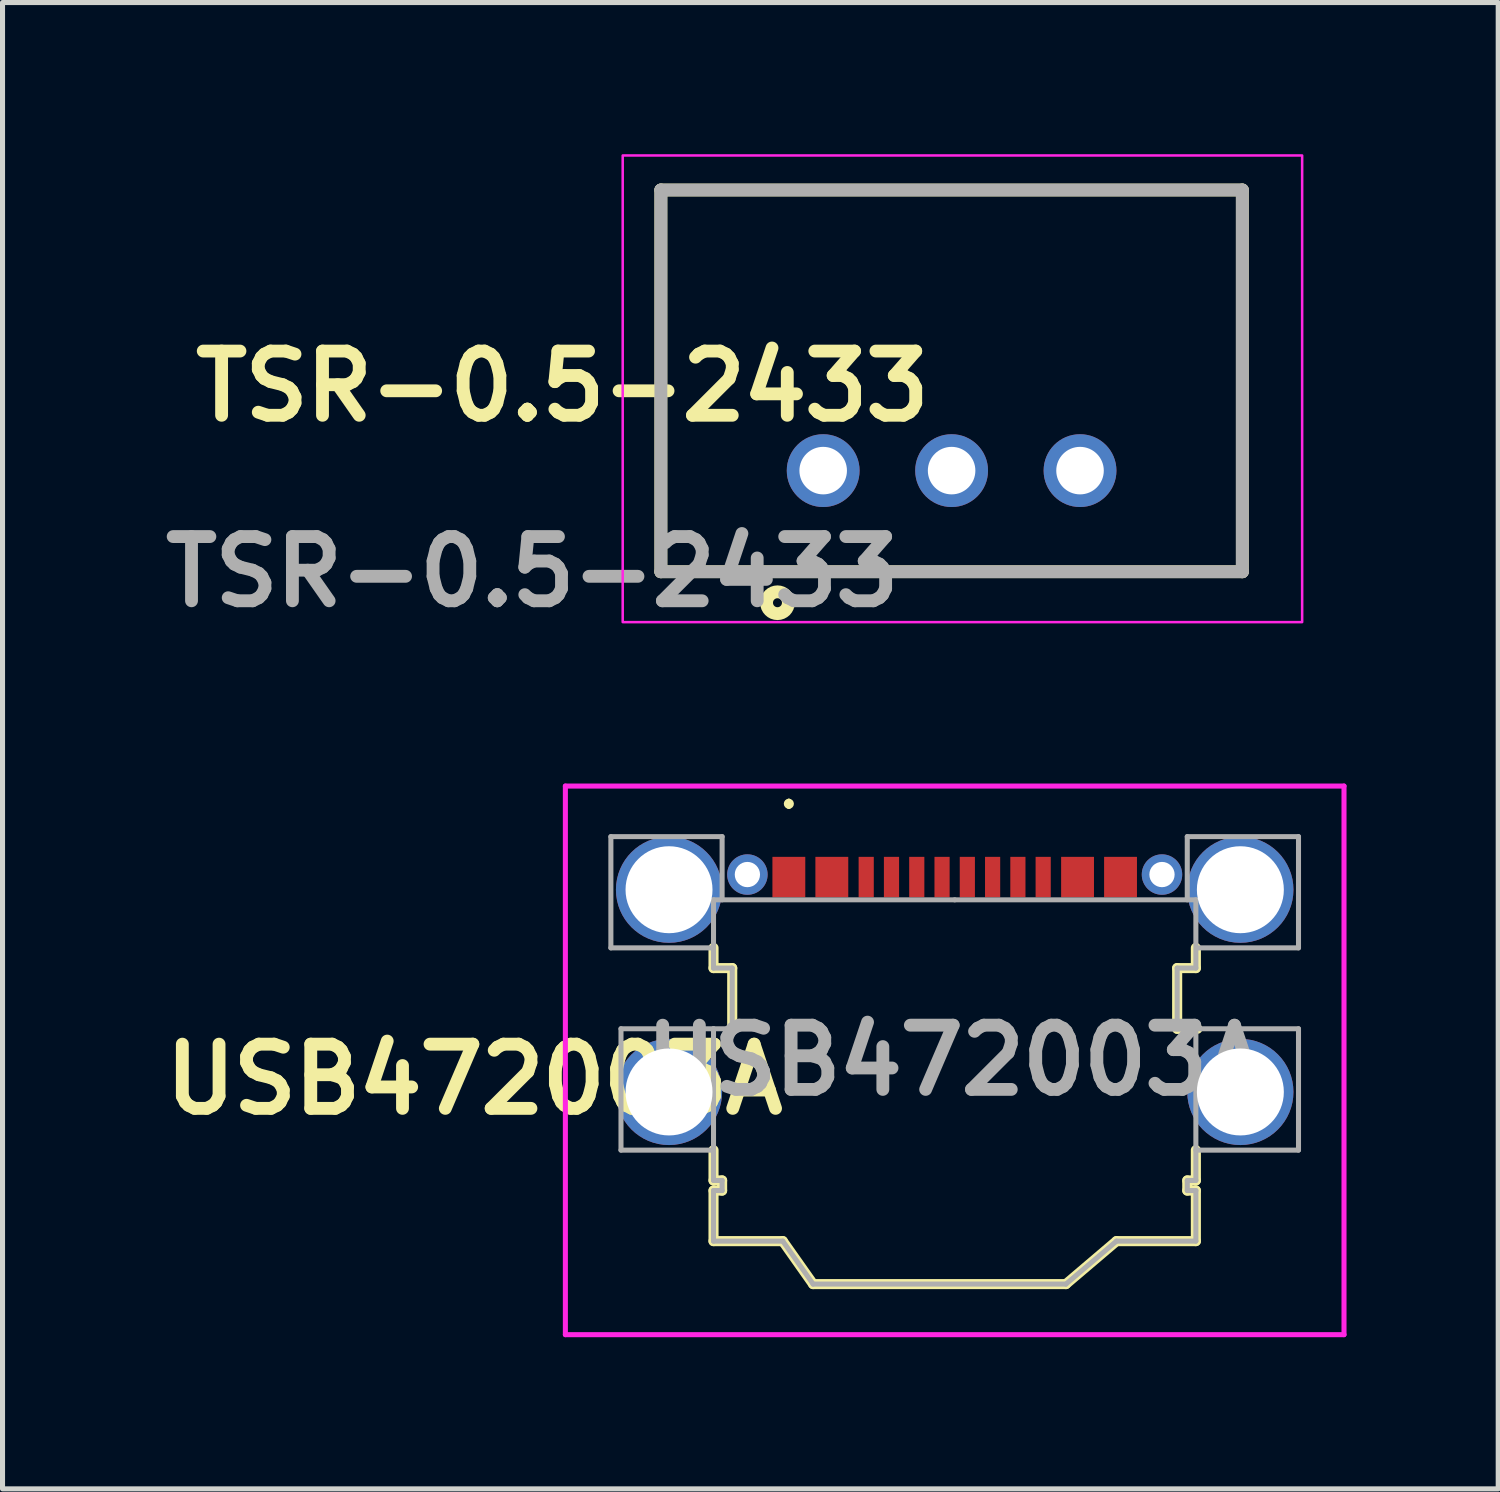
<source format=kicad_pcb>
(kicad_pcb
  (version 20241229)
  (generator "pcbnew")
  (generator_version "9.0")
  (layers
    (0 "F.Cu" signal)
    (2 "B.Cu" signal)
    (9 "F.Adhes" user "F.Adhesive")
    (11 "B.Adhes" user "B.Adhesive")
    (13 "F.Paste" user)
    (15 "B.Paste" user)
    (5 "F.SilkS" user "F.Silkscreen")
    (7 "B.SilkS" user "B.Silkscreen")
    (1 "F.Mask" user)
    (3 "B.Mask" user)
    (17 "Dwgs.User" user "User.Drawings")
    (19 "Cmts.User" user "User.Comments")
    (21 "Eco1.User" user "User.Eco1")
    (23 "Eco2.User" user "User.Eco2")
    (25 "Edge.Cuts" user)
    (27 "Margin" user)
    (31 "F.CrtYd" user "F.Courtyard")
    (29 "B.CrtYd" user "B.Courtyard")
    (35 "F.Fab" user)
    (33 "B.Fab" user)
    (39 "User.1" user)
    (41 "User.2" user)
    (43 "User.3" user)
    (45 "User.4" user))
  (footprint "USB472003A"
    (layer "F.Cu")
    (at 15.832 18.297)
    (property "Reference" "USB472003A" (at -9.5 0 0) (layer "F.SilkS") (effects (font (size 1.27 1.27) (thickness 0.254))))
    (attr through_hole)
    (fp_line (start -4.77 -2.6) (end -4.77 -2.2) (stroke (width 0.2) (type solid)) (layer "F.SilkS"))
    (fp_line (start -4.77 -2.2) (end -4.4 -2.2) (stroke (width 0.2) (type solid)) (layer "F.SilkS"))
    (fp_line (start -4.77 1.4) (end -4.77 2) (stroke (width 0.2) (type solid)) (layer "F.SilkS"))
    (fp_line (start -4.77 2) (end -4.6 2) (stroke (width 0.2) (type solid)) (layer "F.SilkS"))
    (fp_line (start -4.77 2.2) (end -4.77 3.2) (stroke (width 0.2) (type solid)) (layer "F.SilkS"))
    (fp_line (start -4.77 3.2) (end -3.4 3.2) (stroke (width 0.2) (type solid)) (layer "F.SilkS"))
    (fp_line (start -4.6 2) (end -4.6 2.2) (stroke (width 0.2) (type solid)) (layer "F.SilkS"))
    (fp_line (start -4.6 2.2) (end -4.77 2.2) (stroke (width 0.2) (type solid)) (layer "F.SilkS"))
    (fp_line (start -4.4 -2.2) (end -4.4 -1) (stroke (width 0.2) (type solid)) (layer "F.SilkS"))
    (fp_line (start -3.4 3.2) (end -2.8 4.05) (stroke (width 0.2) (type solid)) (layer "F.SilkS"))
    (fp_line (start -3.28 -5.5) (end -3.28 -5.5) (stroke (width 0.1) (type solid)) (layer "F.SilkS"))
    (fp_line (start -3.28 -5.4) (end -3.28 -5.4) (stroke (width 0.1) (type solid)) (layer "F.SilkS"))
    (fp_line (start -2.8 4.05) (end 2.2 4.05) (stroke (width 0.2) (type solid)) (layer "F.SilkS"))
    (fp_line (start 2.2 4.05) (end 3.2 3.2) (stroke (width 0.2) (type solid)) (layer "F.SilkS"))
    (fp_line (start 3.2 3.2) (end 4.77 3.2) (stroke (width 0.2) (type solid)) (layer "F.SilkS"))
    (fp_line (start 4.4 -2.2) (end 4.4 -1) (stroke (width 0.2) (type solid)) (layer "F.SilkS"))
    (fp_line (start 4.4 -1) (end 4.8 -1) (stroke (width 0.2) (type solid)) (layer "F.SilkS"))
    (fp_line (start 4.6 2) (end 4.77 2) (stroke (width 0.2) (type solid)) (layer "F.SilkS"))
    (fp_line (start 4.6 2.2) (end 4.6 2) (stroke (width 0.2) (type solid)) (layer "F.SilkS"))
    (fp_line (start 4.77 -2.6) (end 4.77 -2.2) (stroke (width 0.2) (type solid)) (layer "F.SilkS"))
    (fp_line (start 4.77 -2.2) (end 4.4 -2.2) (stroke (width 0.2) (type solid)) (layer "F.SilkS"))
    (fp_line (start 4.77 2) (end 4.77 1.4) (stroke (width 0.2) (type solid)) (layer "F.SilkS"))
    (fp_line (start 4.77 2.2) (end 4.6 2.2) (stroke (width 0.2) (type solid)) (layer "F.SilkS"))
    (fp_line (start 4.77 3.2) (end 4.77 2.2) (stroke (width 0.2) (type solid)) (layer "F.SilkS"))
    (fp_arc (start -3.28 -5.5) (mid -3.23 -5.45) (end -3.28 -5.4) (stroke (width 0.1) (type solid)) (layer "F.SilkS"))
    (fp_arc (start -3.28 -5.4) (mid -3.33 -5.45) (end -3.28 -5.5) (stroke (width 0.1) (type solid)) (layer "F.SilkS"))
    (fp_line (start -7.7 -5.8) (end 7.7 -5.8) (stroke (width 0.1) (type solid)) (layer "F.CrtYd"))
    (fp_line (start -7.7 5.05) (end -7.7 -5.8) (stroke (width 0.1) (type solid)) (layer "F.CrtYd"))
    (fp_line (start 7.7 -5.8) (end 7.7 5.05) (stroke (width 0.1) (type solid)) (layer "F.CrtYd"))
    (fp_line (start 7.7 5.05) (end -7.7 5.05) (stroke (width 0.1) (type solid)) (layer "F.CrtYd"))
    (fp_line (start -6.8 -4.8) (end -4.6 -4.8) (stroke (width 0.1) (type solid)) (layer "F.Fab"))
    (fp_line (start -6.8 -2.6) (end -6.8 -4.8) (stroke (width 0.1) (type solid)) (layer "F.Fab"))
    (fp_line (start -6.6 -1) (end -6.6 1.4) (stroke (width 0.1) (type solid)) (layer "F.Fab"))
    (fp_line (start -6.6 1.4) (end -4.77 1.4) (stroke (width 0.1) (type solid)) (layer "F.Fab"))
    (fp_line (start -4.77 -3.55) (end -4.77 -2.2) (stroke (width 0.1) (type solid)) (layer "F.Fab"))
    (fp_line (start -4.77 -2.6) (end -6.8 -2.6) (stroke (width 0.1) (type solid)) (layer "F.Fab"))
    (fp_line (start -4.77 -2.2) (end -4.4 -2.2) (stroke (width 0.1) (type solid)) (layer "F.Fab"))
    (fp_line (start -4.77 -1) (end -6.6 -1) (stroke (width 0.1) (type solid)) (layer "F.Fab"))
    (fp_line (start -4.77 -1) (end -4.77 2) (stroke (width 0.1) (type solid)) (layer "F.Fab"))
    (fp_line (start -4.77 2) (end -4.6 2) (stroke (width 0.1) (type solid)) (layer "F.Fab"))
    (fp_line (start -4.77 2.2) (end -4.77 3.2) (stroke (width 0.1) (type solid)) (layer "F.Fab"))
    (fp_line (start -4.77 3.2) (end -3.4 3.2) (stroke (width 0.1) (type solid)) (layer "F.Fab"))
    (fp_line (start -4.6 -4.8) (end -4.6 -3.55) (stroke (width 0.1) (type solid)) (layer "F.Fab"))
    (fp_line (start -4.6 2) (end -4.6 2.2) (stroke (width 0.1) (type solid)) (layer "F.Fab"))
    (fp_line (start -4.6 2.2) (end -4.77 2.2) (stroke (width 0.1) (type solid)) (layer "F.Fab"))
    (fp_line (start -4.4 -2.2) (end -4.4 -1) (stroke (width 0.1) (type solid)) (layer "F.Fab"))
    (fp_line (start -4.4 -1) (end -4.77 -1) (stroke (width 0.1) (type solid)) (layer "F.Fab"))
    (fp_line (start -3.4 3.2) (end -2.8 4.05) (stroke (width 0.1) (type solid)) (layer "F.Fab"))
    (fp_line (start -2.8 4.05) (end 2.2 4.05) (stroke (width 0.1) (type solid)) (layer "F.Fab"))
    (fp_line (start 0 -3.55) (end -4.77 -3.55) (stroke (width 0.1) (type solid)) (layer "F.Fab"))
    (fp_line (start 2.2 4.05) (end 3.2 3.2) (stroke (width 0.1) (type solid)) (layer "F.Fab"))
    (fp_line (start 3.2 3.2) (end 4.77 3.2) (stroke (width 0.1) (type solid)) (layer "F.Fab"))
    (fp_line (start 4.4 -2.2) (end 4.77 -2.2) (stroke (width 0.1) (type solid)) (layer "F.Fab"))
    (fp_line (start 4.4 -1) (end 4.4 -2.2) (stroke (width 0.1) (type solid)) (layer "F.Fab"))
    (fp_line (start 4.6 -4.8) (end 4.6 -3.55) (stroke (width 0.1) (type solid)) (layer "F.Fab"))
    (fp_line (start 4.6 2) (end 4.77 2) (stroke (width 0.1) (type solid)) (layer "F.Fab"))
    (fp_line (start 4.6 2.2) (end 4.6 2) (stroke (width 0.1) (type solid)) (layer "F.Fab"))
    (fp_line (start 4.77 -3.55) (end 0 -3.55) (stroke (width 0.1) (type solid)) (layer "F.Fab"))
    (fp_line (start 4.77 -2.2) (end 4.77 -3.55) (stroke (width 0.1) (type solid)) (layer "F.Fab"))
    (fp_line (start 4.77 -1) (end 4.4 -1) (stroke (width 0.1) (type solid)) (layer "F.Fab"))
    (fp_line (start 4.77 -1) (end 6.8 -1) (stroke (width 0.1) (type solid)) (layer "F.Fab"))
    (fp_line (start 4.77 2) (end 4.77 -1) (stroke (width 0.1) (type solid)) (layer "F.Fab"))
    (fp_line (start 4.77 2.2) (end 4.6 2.2) (stroke (width 0.1) (type solid)) (layer "F.Fab"))
    (fp_line (start 4.77 3.2) (end 4.77 2.2) (stroke (width 0.1) (type solid)) (layer "F.Fab"))
    (fp_line (start 4.8 -2.6) (end 6.8 -2.6) (stroke (width 0.1) (type solid)) (layer "F.Fab"))
    (fp_line (start 6.8 -4.8) (end 4.6 -4.8) (stroke (width 0.1) (type solid)) (layer "F.Fab"))
    (fp_line (start 6.8 -2.6) (end 6.8 -4.8) (stroke (width 0.1) (type solid)) (layer "F.Fab"))
    (fp_line (start 6.8 -1) (end 6.8 1.4) (stroke (width 0.1) (type solid)) (layer "F.Fab"))
    (fp_line (start 6.8 1.4) (end 4.77 1.4) (stroke (width 0.1) (type solid)) (layer "F.Fab"))
    (fp_text user "${REFERENCE}" (at 0 -0.375 0) (layer "F.Fab") (effects (font (size 1.27 1.27) (thickness 0.254))))
    (pad "A1" smd rect (at -3.28 -4) (size 0.65 0.8) (layers "F.Cu" "F.Mask" "F.Paste"))
    (pad "A4" smd rect (at -2.43 -4) (size 0.65 0.8) (layers "F.Cu" "F.Mask" "F.Paste"))
    (pad "A5" smd rect (at -1.25 -4) (size 0.3 0.8) (layers "F.Cu" "F.Mask" "F.Paste"))
    (pad "A6" smd rect (at -0.25 -4) (size 0.3 0.8) (layers "F.Cu" "F.Mask" "F.Paste"))
    (pad "A7" smd rect (at 0.25 -4) (size 0.3 0.8) (layers "F.Cu" "F.Mask" "F.Paste"))
    (pad "A8" smd rect (at 1.25 -4) (size 0.3 0.8) (layers "F.Cu" "F.Mask" "F.Paste"))
    (pad "A9" smd rect (at 2.43 -4) (size 0.65 0.8) (layers "F.Cu" "F.Mask" "F.Paste"))
    (pad "A12" smd rect (at 3.28 -4) (size 0.65 0.8) (layers "F.Cu" "F.Mask" "F.Paste"))
    (pad "B5" smd rect (at 1.75 -4) (size 0.3 0.8) (layers "F.Cu" "F.Mask" "F.Paste"))
    (pad "B6" smd rect (at 0.75 -4) (size 0.3 0.8) (layers "F.Cu" "F.Mask" "F.Paste"))
    (pad "B7" smd rect (at -0.75 -4) (size 0.3 0.8) (layers "F.Cu" "F.Mask" "F.Paste"))
    (pad "B8" smd rect (at -1.75 -4) (size 0.3 0.8) (layers "F.Cu" "F.Mask" "F.Paste"))
    (pad "MH1" thru_hole circle (at -4.1 -4.05) (size 0.8 0.8) (drill 0.5) (layers "*.Cu" "*.Mask"))
    (pad "MH2" thru_hole circle (at 4.1 -4.05) (size 0.8 0.8) (drill 0.5) (layers "*.Cu" "*.Mask"))
    (pad "MH3" thru_hole circle (at -5.65 -3.75) (size 2.1 2.1) (drill 1.72) (layers "*.Cu" "*.Mask"))
    (pad "MH4" thru_hole circle (at 5.65 -3.75) (size 2.1 2.1) (drill 1.72) (layers "*.Cu" "*.Mask"))
    (pad "MH5" thru_hole circle (at -5.65 0.25) (size 2.1 2.1) (drill 1.72) (layers "*.Cu" "*.Mask"))
    (pad "MH6" thru_hole circle (at 5.65 0.25) (size 2.1 2.1) (drill 1.72) (layers "*.Cu" "*.Mask")))
  (footprint "TSR-0.5-2433"
    (layer "F.Cu")
    (at 10.021 8.258)
    (property "Reference" "TSR-0.5-2433" (at -1.945 -3.669 0) (layer "F.SilkS") (effects (font (size 1.27 1.27) (thickness 0.254))))
    (attr through_hole)
    (fp_line (start 0 -7.55) (end 0 0) (stroke (width 0.254) (type solid)) (layer "F.SilkS"))
    (fp_line (start 0 0) (end 11.5 0) (stroke (width 0.254) (type solid)) (layer "F.SilkS"))
    (fp_line (start 11.5 -7.55) (end 0 -7.55) (stroke (width 0.254) (type solid)) (layer "F.SilkS"))
    (fp_line (start 11.5 0) (end 11.5 -7.55) (stroke (width 0.254) (type solid)) (layer "F.SilkS"))
    (fp_circle (center 2.306 0.613) (end 2.306 0.702) (stroke (width 0.254) (type solid)) (fill no) (layer "F.SilkS"))
    (fp_rect (start -0.755 -8.233) (end 12.683 0.996) (stroke (width 0.05) (type default)) (fill no) (layer "F.CrtYd"))
    (fp_line (start 0 -7.55) (end 11.5 -7.55) (stroke (width 0.254) (type solid)) (layer "F.Fab"))
    (fp_line (start 0 0) (end 0 -7.55) (stroke (width 0.254) (type solid)) (layer "F.Fab"))
    (fp_line (start 11.5 -7.55) (end 11.5 0) (stroke (width 0.254) (type solid)) (layer "F.Fab"))
    (fp_line (start 11.5 0) (end 0 0) (stroke (width 0.254) (type solid)) (layer "F.Fab"))
    (fp_text user "${REFERENCE}" (at -2.54 0 0) (layer "F.Fab") (effects (font (size 1.27 1.27) (thickness 0.254))))
    (pad "1" thru_hole circle (at 3.21 -2) (size 1.44 1.44) (drill 0.94) (layers "*.Cu" "*.Mask"))
    (pad "2" thru_hole circle (at 5.75 -2) (size 1.44 1.44) (drill 0.94) (layers "*.Cu" "*.Mask"))
    (pad "3" thru_hole circle (at 8.29 -2) (size 1.44 1.44) (drill 0.94) (layers "*.Cu" "*.Mask")))
  (gr_rect
    (start -3 -3)
    (end 26.582 26.397)
    (stroke (width 0.1) (type default))
    (fill no)
    (layer "Edge.Cuts")))
</source>
